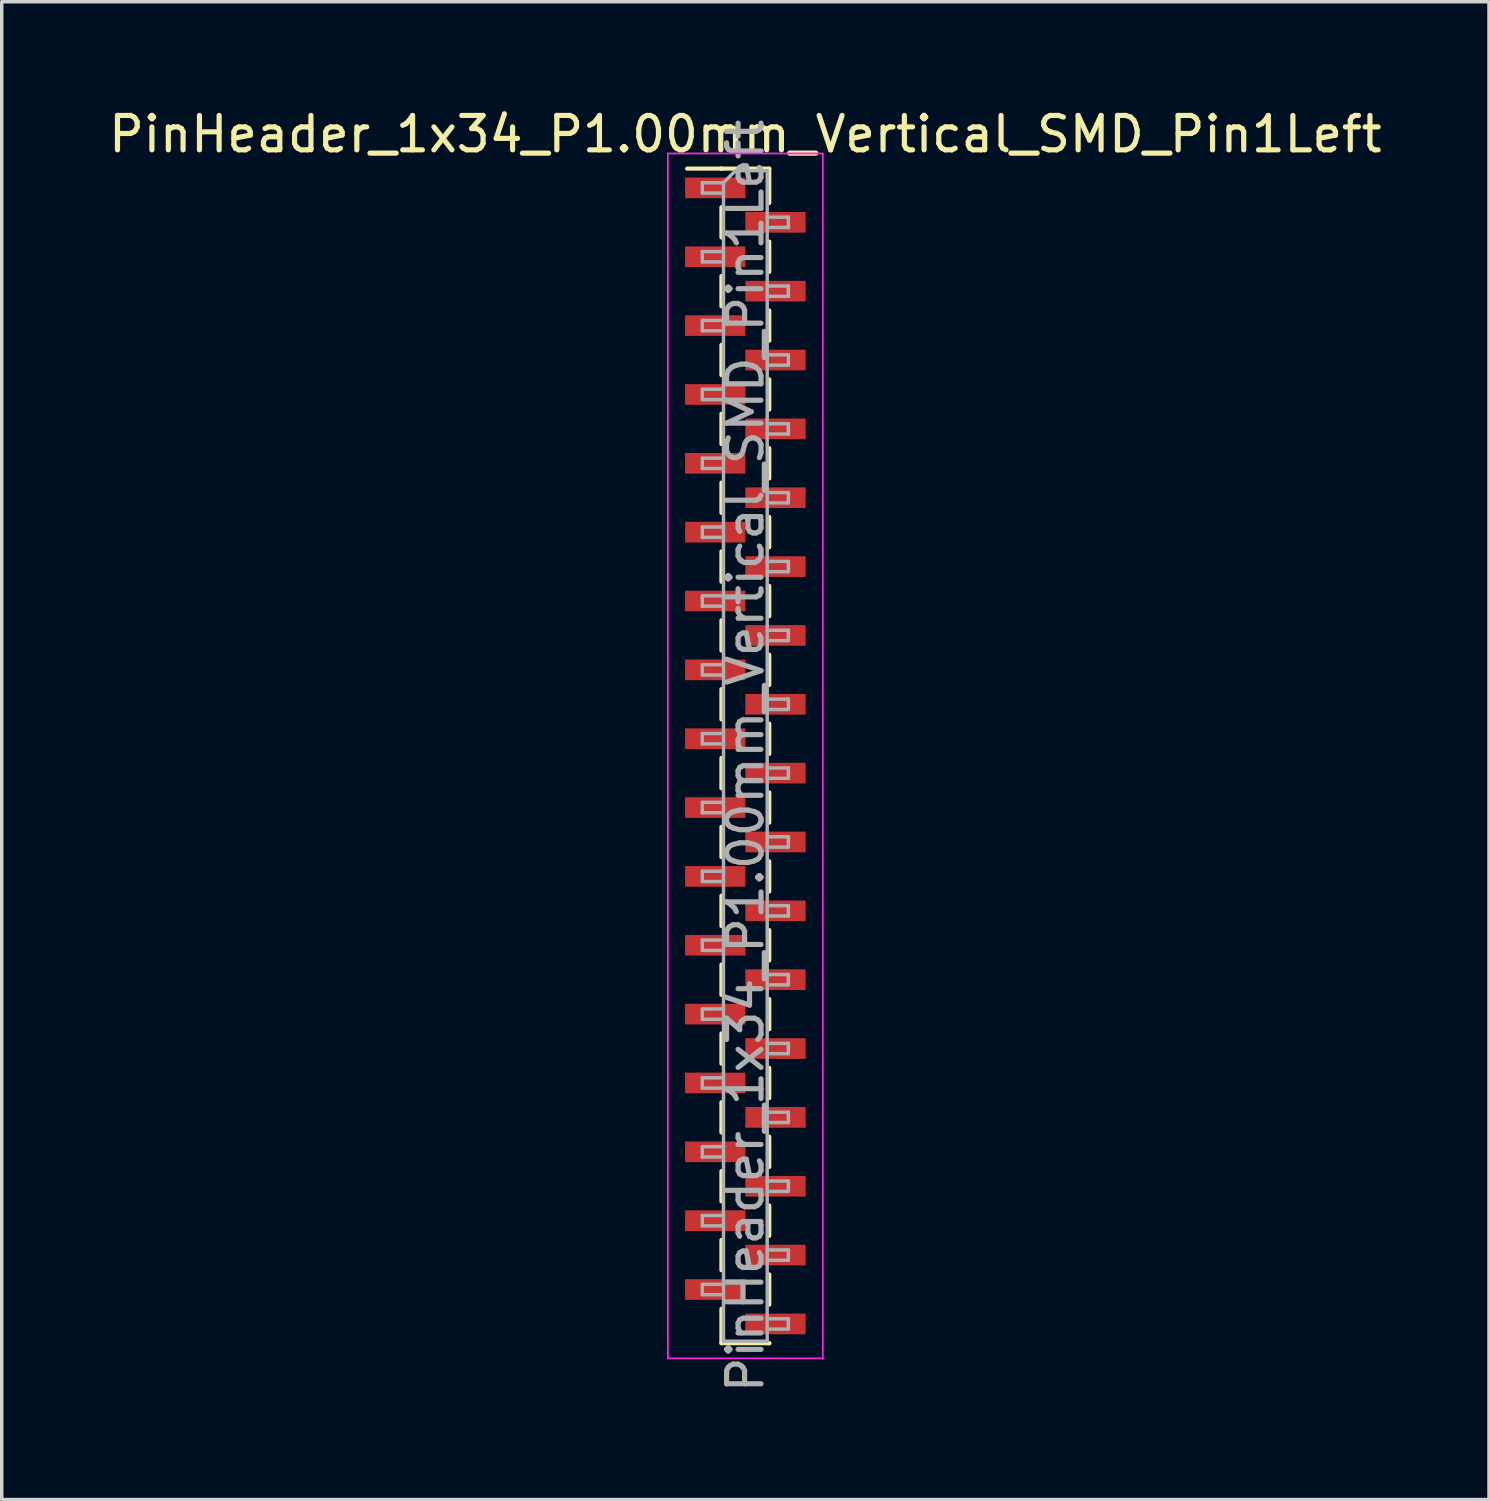
<source format=kicad_pcb>
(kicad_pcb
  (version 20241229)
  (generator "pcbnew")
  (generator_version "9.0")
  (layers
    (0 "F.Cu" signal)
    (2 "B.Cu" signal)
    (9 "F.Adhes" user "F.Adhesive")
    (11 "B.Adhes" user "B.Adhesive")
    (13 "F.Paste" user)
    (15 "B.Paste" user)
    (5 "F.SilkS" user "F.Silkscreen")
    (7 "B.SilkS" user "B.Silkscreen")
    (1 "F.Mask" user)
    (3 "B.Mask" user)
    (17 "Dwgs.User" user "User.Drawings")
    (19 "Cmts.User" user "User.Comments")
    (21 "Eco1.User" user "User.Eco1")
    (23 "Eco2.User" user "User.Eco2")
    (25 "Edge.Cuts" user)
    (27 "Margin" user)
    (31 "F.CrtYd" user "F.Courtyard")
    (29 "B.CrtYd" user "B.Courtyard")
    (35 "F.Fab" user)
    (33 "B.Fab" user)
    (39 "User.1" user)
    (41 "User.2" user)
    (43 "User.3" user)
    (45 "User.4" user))
  (footprint "PinHeader_1x34_P1.00mm_Vertical_SMD_Pin1Left"
    (layer "F.Cu")
    (at 18.601 18.908)
    (property "Reference" "PinHeader_1x34_P1.00mm_Vertical_SMD_Pin1Left" (at 0 -18.06 0) (layer "F.SilkS") (effects (font (size 1 1) (thickness 0.15))))
    (attr smd)
    (fp_line (start -0.695 -17.06) (end -1.69 -17.06) (stroke (width 0.12) (type solid)) (layer "F.SilkS"))
    (fp_line (start -0.695 -17.06) (end -0.695 -17.06) (stroke (width 0.12) (type solid)) (layer "F.SilkS"))
    (fp_line (start -0.695 -17.06) (end 0.695 -17.06) (stroke (width 0.12) (type solid)) (layer "F.SilkS"))
    (fp_line (start -0.695 -15.94) (end -0.695 -15.06) (stroke (width 0.12) (type solid)) (layer "F.SilkS"))
    (fp_line (start -0.695 -13.94) (end -0.695 -13.06) (stroke (width 0.12) (type solid)) (layer "F.SilkS"))
    (fp_line (start -0.695 -11.94) (end -0.695 -11.06) (stroke (width 0.12) (type solid)) (layer "F.SilkS"))
    (fp_line (start -0.695 -9.94) (end -0.695 -9.06) (stroke (width 0.12) (type solid)) (layer "F.SilkS"))
    (fp_line (start -0.695 -7.94) (end -0.695 -7.06) (stroke (width 0.12) (type solid)) (layer "F.SilkS"))
    (fp_line (start -0.695 -5.94) (end -0.695 -5.06) (stroke (width 0.12) (type solid)) (layer "F.SilkS"))
    (fp_line (start -0.695 -3.94) (end -0.695 -3.06) (stroke (width 0.12) (type solid)) (layer "F.SilkS"))
    (fp_line (start -0.695 -1.94) (end -0.695 -1.06) (stroke (width 0.12) (type solid)) (layer "F.SilkS"))
    (fp_line (start -0.695 0.06) (end -0.695 0.94) (stroke (width 0.12) (type solid)) (layer "F.SilkS"))
    (fp_line (start -0.695 2.06) (end -0.695 2.94) (stroke (width 0.12) (type solid)) (layer "F.SilkS"))
    (fp_line (start -0.695 4.06) (end -0.695 4.94) (stroke (width 0.12) (type solid)) (layer "F.SilkS"))
    (fp_line (start -0.695 6.06) (end -0.695 6.94) (stroke (width 0.12) (type solid)) (layer "F.SilkS"))
    (fp_line (start -0.695 8.06) (end -0.695 8.94) (stroke (width 0.12) (type solid)) (layer "F.SilkS"))
    (fp_line (start -0.695 10.06) (end -0.695 10.94) (stroke (width 0.12) (type solid)) (layer "F.SilkS"))
    (fp_line (start -0.695 12.06) (end -0.695 12.94) (stroke (width 0.12) (type solid)) (layer "F.SilkS"))
    (fp_line (start -0.695 14.06) (end -0.695 14.94) (stroke (width 0.12) (type solid)) (layer "F.SilkS"))
    (fp_line (start -0.695 16.06) (end -0.695 17.06) (stroke (width 0.12) (type solid)) (layer "F.SilkS"))
    (fp_line (start -0.695 17.06) (end 0.695 17.06) (stroke (width 0.12) (type solid)) (layer "F.SilkS"))
    (fp_line (start 0.695 -17.06) (end 0.695 -16.06) (stroke (width 0.12) (type solid)) (layer "F.SilkS"))
    (fp_line (start 0.695 -14.94) (end 0.695 -14.06) (stroke (width 0.12) (type solid)) (layer "F.SilkS"))
    (fp_line (start 0.695 -12.94) (end 0.695 -12.06) (stroke (width 0.12) (type solid)) (layer "F.SilkS"))
    (fp_line (start 0.695 -10.94) (end 0.695 -10.06) (stroke (width 0.12) (type solid)) (layer "F.SilkS"))
    (fp_line (start 0.695 -8.94) (end 0.695 -8.06) (stroke (width 0.12) (type solid)) (layer "F.SilkS"))
    (fp_line (start 0.695 -6.94) (end 0.695 -6.06) (stroke (width 0.12) (type solid)) (layer "F.SilkS"))
    (fp_line (start 0.695 -4.94) (end 0.695 -4.06) (stroke (width 0.12) (type solid)) (layer "F.SilkS"))
    (fp_line (start 0.695 -2.94) (end 0.695 -2.06) (stroke (width 0.12) (type solid)) (layer "F.SilkS"))
    (fp_line (start 0.695 -0.94) (end 0.695 -0.06) (stroke (width 0.12) (type solid)) (layer "F.SilkS"))
    (fp_line (start 0.695 1.06) (end 0.695 1.94) (stroke (width 0.12) (type solid)) (layer "F.SilkS"))
    (fp_line (start 0.695 3.06) (end 0.695 3.94) (stroke (width 0.12) (type solid)) (layer "F.SilkS"))
    (fp_line (start 0.695 5.06) (end 0.695 5.94) (stroke (width 0.12) (type solid)) (layer "F.SilkS"))
    (fp_line (start 0.695 7.06) (end 0.695 7.94) (stroke (width 0.12) (type solid)) (layer "F.SilkS"))
    (fp_line (start 0.695 9.06) (end 0.695 9.94) (stroke (width 0.12) (type solid)) (layer "F.SilkS"))
    (fp_line (start 0.695 11.06) (end 0.695 11.94) (stroke (width 0.12) (type solid)) (layer "F.SilkS"))
    (fp_line (start 0.695 13.06) (end 0.695 13.94) (stroke (width 0.12) (type solid)) (layer "F.SilkS"))
    (fp_line (start 0.695 15.06) (end 0.695 15.94) (stroke (width 0.12) (type solid)) (layer "F.SilkS"))
    (fp_line (start 0.695 17.06) (end 0.695 17.06) (stroke (width 0.12) (type solid)) (layer "F.SilkS"))
    (fp_line (start -2.25 -17.5) (end -2.25 17.5) (stroke (width 0.05) (type solid)) (layer "F.CrtYd"))
    (fp_line (start -2.25 17.5) (end 2.25 17.5) (stroke (width 0.05) (type solid)) (layer "F.CrtYd"))
    (fp_line (start 2.25 -17.5) (end -2.25 -17.5) (stroke (width 0.05) (type solid)) (layer "F.CrtYd"))
    (fp_line (start 2.25 17.5) (end 2.25 -17.5) (stroke (width 0.05) (type solid)) (layer "F.CrtYd"))
    (fp_line (start -1.25 -16.65) (end -1.25 -16.35) (stroke (width 0.1) (type solid)) (layer "F.Fab"))
    (fp_line (start -1.25 -16.35) (end -0.635 -16.35) (stroke (width 0.1) (type solid)) (layer "F.Fab"))
    (fp_line (start -1.25 -14.65) (end -1.25 -14.35) (stroke (width 0.1) (type solid)) (layer "F.Fab"))
    (fp_line (start -1.25 -14.35) (end -0.635 -14.35) (stroke (width 0.1) (type solid)) (layer "F.Fab"))
    (fp_line (start -1.25 -12.65) (end -1.25 -12.35) (stroke (width 0.1) (type solid)) (layer "F.Fab"))
    (fp_line (start -1.25 -12.35) (end -0.635 -12.35) (stroke (width 0.1) (type solid)) (layer "F.Fab"))
    (fp_line (start -1.25 -10.65) (end -1.25 -10.35) (stroke (width 0.1) (type solid)) (layer "F.Fab"))
    (fp_line (start -1.25 -10.35) (end -0.635 -10.35) (stroke (width 0.1) (type solid)) (layer "F.Fab"))
    (fp_line (start -1.25 -8.65) (end -1.25 -8.35) (stroke (width 0.1) (type solid)) (layer "F.Fab"))
    (fp_line (start -1.25 -8.35) (end -0.635 -8.35) (stroke (width 0.1) (type solid)) (layer "F.Fab"))
    (fp_line (start -1.25 -6.65) (end -1.25 -6.35) (stroke (width 0.1) (type solid)) (layer "F.Fab"))
    (fp_line (start -1.25 -6.35) (end -0.635 -6.35) (stroke (width 0.1) (type solid)) (layer "F.Fab"))
    (fp_line (start -1.25 -4.65) (end -1.25 -4.35) (stroke (width 0.1) (type solid)) (layer "F.Fab"))
    (fp_line (start -1.25 -4.35) (end -0.635 -4.35) (stroke (width 0.1) (type solid)) (layer "F.Fab"))
    (fp_line (start -1.25 -2.65) (end -1.25 -2.35) (stroke (width 0.1) (type solid)) (layer "F.Fab"))
    (fp_line (start -1.25 -2.35) (end -0.635 -2.35) (stroke (width 0.1) (type solid)) (layer "F.Fab"))
    (fp_line (start -1.25 -0.65) (end -1.25 -0.35) (stroke (width 0.1) (type solid)) (layer "F.Fab"))
    (fp_line (start -1.25 -0.35) (end -0.635 -0.35) (stroke (width 0.1) (type solid)) (layer "F.Fab"))
    (fp_line (start -1.25 1.35) (end -1.25 1.65) (stroke (width 0.1) (type solid)) (layer "F.Fab"))
    (fp_line (start -1.25 1.65) (end -0.635 1.65) (stroke (width 0.1) (type solid)) (layer "F.Fab"))
    (fp_line (start -1.25 3.35) (end -1.25 3.65) (stroke (width 0.1) (type solid)) (layer "F.Fab"))
    (fp_line (start -1.25 3.65) (end -0.635 3.65) (stroke (width 0.1) (type solid)) (layer "F.Fab"))
    (fp_line (start -1.25 5.35) (end -1.25 5.65) (stroke (width 0.1) (type solid)) (layer "F.Fab"))
    (fp_line (start -1.25 5.65) (end -0.635 5.65) (stroke (width 0.1) (type solid)) (layer "F.Fab"))
    (fp_line (start -1.25 7.35) (end -1.25 7.65) (stroke (width 0.1) (type solid)) (layer "F.Fab"))
    (fp_line (start -1.25 7.65) (end -0.635 7.65) (stroke (width 0.1) (type solid)) (layer "F.Fab"))
    (fp_line (start -1.25 9.35) (end -1.25 9.65) (stroke (width 0.1) (type solid)) (layer "F.Fab"))
    (fp_line (start -1.25 9.65) (end -0.635 9.65) (stroke (width 0.1) (type solid)) (layer "F.Fab"))
    (fp_line (start -1.25 11.35) (end -1.25 11.65) (stroke (width 0.1) (type solid)) (layer "F.Fab"))
    (fp_line (start -1.25 11.65) (end -0.635 11.65) (stroke (width 0.1) (type solid)) (layer "F.Fab"))
    (fp_line (start -1.25 13.35) (end -1.25 13.65) (stroke (width 0.1) (type solid)) (layer "F.Fab"))
    (fp_line (start -1.25 13.65) (end -0.635 13.65) (stroke (width 0.1) (type solid)) (layer "F.Fab"))
    (fp_line (start -1.25 15.35) (end -1.25 15.65) (stroke (width 0.1) (type solid)) (layer "F.Fab"))
    (fp_line (start -1.25 15.65) (end -0.635 15.65) (stroke (width 0.1) (type solid)) (layer "F.Fab"))
    (fp_line (start -0.635 -16.65) (end -1.25 -16.65) (stroke (width 0.1) (type solid)) (layer "F.Fab"))
    (fp_line (start -0.635 -16.65) (end -0.285 -17) (stroke (width 0.1) (type solid)) (layer "F.Fab"))
    (fp_line (start -0.635 -14.65) (end -1.25 -14.65) (stroke (width 0.1) (type solid)) (layer "F.Fab"))
    (fp_line (start -0.635 -12.65) (end -1.25 -12.65) (stroke (width 0.1) (type solid)) (layer "F.Fab"))
    (fp_line (start -0.635 -10.65) (end -1.25 -10.65) (stroke (width 0.1) (type solid)) (layer "F.Fab"))
    (fp_line (start -0.635 -8.65) (end -1.25 -8.65) (stroke (width 0.1) (type solid)) (layer "F.Fab"))
    (fp_line (start -0.635 -6.65) (end -1.25 -6.65) (stroke (width 0.1) (type solid)) (layer "F.Fab"))
    (fp_line (start -0.635 -4.65) (end -1.25 -4.65) (stroke (width 0.1) (type solid)) (layer "F.Fab"))
    (fp_line (start -0.635 -2.65) (end -1.25 -2.65) (stroke (width 0.1) (type solid)) (layer "F.Fab"))
    (fp_line (start -0.635 -0.65) (end -1.25 -0.65) (stroke (width 0.1) (type solid)) (layer "F.Fab"))
    (fp_line (start -0.635 1.35) (end -1.25 1.35) (stroke (width 0.1) (type solid)) (layer "F.Fab"))
    (fp_line (start -0.635 3.35) (end -1.25 3.35) (stroke (width 0.1) (type solid)) (layer "F.Fab"))
    (fp_line (start -0.635 5.35) (end -1.25 5.35) (stroke (width 0.1) (type solid)) (layer "F.Fab"))
    (fp_line (start -0.635 7.35) (end -1.25 7.35) (stroke (width 0.1) (type solid)) (layer "F.Fab"))
    (fp_line (start -0.635 9.35) (end -1.25 9.35) (stroke (width 0.1) (type solid)) (layer "F.Fab"))
    (fp_line (start -0.635 11.35) (end -1.25 11.35) (stroke (width 0.1) (type solid)) (layer "F.Fab"))
    (fp_line (start -0.635 13.35) (end -1.25 13.35) (stroke (width 0.1) (type solid)) (layer "F.Fab"))
    (fp_line (start -0.635 15.35) (end -1.25 15.35) (stroke (width 0.1) (type solid)) (layer "F.Fab"))
    (fp_line (start -0.635 17) (end -0.635 -16.65) (stroke (width 0.1) (type solid)) (layer "F.Fab"))
    (fp_line (start -0.285 -17) (end 0.635 -17) (stroke (width 0.1) (type solid)) (layer "F.Fab"))
    (fp_line (start 0.635 -17) (end 0.635 17) (stroke (width 0.1) (type solid)) (layer "F.Fab"))
    (fp_line (start 0.635 -15.65) (end 1.25 -15.65) (stroke (width 0.1) (type solid)) (layer "F.Fab"))
    (fp_line (start 0.635 -13.65) (end 1.25 -13.65) (stroke (width 0.1) (type solid)) (layer "F.Fab"))
    (fp_line (start 0.635 -11.65) (end 1.25 -11.65) (stroke (width 0.1) (type solid)) (layer "F.Fab"))
    (fp_line (start 0.635 -9.65) (end 1.25 -9.65) (stroke (width 0.1) (type solid)) (layer "F.Fab"))
    (fp_line (start 0.635 -7.65) (end 1.25 -7.65) (stroke (width 0.1) (type solid)) (layer "F.Fab"))
    (fp_line (start 0.635 -5.65) (end 1.25 -5.65) (stroke (width 0.1) (type solid)) (layer "F.Fab"))
    (fp_line (start 0.635 -3.65) (end 1.25 -3.65) (stroke (width 0.1) (type solid)) (layer "F.Fab"))
    (fp_line (start 0.635 -1.65) (end 1.25 -1.65) (stroke (width 0.1) (type solid)) (layer "F.Fab"))
    (fp_line (start 0.635 0.35) (end 1.25 0.35) (stroke (width 0.1) (type solid)) (layer "F.Fab"))
    (fp_line (start 0.635 2.35) (end 1.25 2.35) (stroke (width 0.1) (type solid)) (layer "F.Fab"))
    (fp_line (start 0.635 4.35) (end 1.25 4.35) (stroke (width 0.1) (type solid)) (layer "F.Fab"))
    (fp_line (start 0.635 6.35) (end 1.25 6.35) (stroke (width 0.1) (type solid)) (layer "F.Fab"))
    (fp_line (start 0.635 8.35) (end 1.25 8.35) (stroke (width 0.1) (type solid)) (layer "F.Fab"))
    (fp_line (start 0.635 10.35) (end 1.25 10.35) (stroke (width 0.1) (type solid)) (layer "F.Fab"))
    (fp_line (start 0.635 12.35) (end 1.25 12.35) (stroke (width 0.1) (type solid)) (layer "F.Fab"))
    (fp_line (start 0.635 14.35) (end 1.25 14.35) (stroke (width 0.1) (type solid)) (layer "F.Fab"))
    (fp_line (start 0.635 16.35) (end 1.25 16.35) (stroke (width 0.1) (type solid)) (layer "F.Fab"))
    (fp_line (start 0.635 17) (end -0.635 17) (stroke (width 0.1) (type solid)) (layer "F.Fab"))
    (fp_line (start 1.25 -15.65) (end 1.25 -15.35) (stroke (width 0.1) (type solid)) (layer "F.Fab"))
    (fp_line (start 1.25 -15.35) (end 0.635 -15.35) (stroke (width 0.1) (type solid)) (layer "F.Fab"))
    (fp_line (start 1.25 -13.65) (end 1.25 -13.35) (stroke (width 0.1) (type solid)) (layer "F.Fab"))
    (fp_line (start 1.25 -13.35) (end 0.635 -13.35) (stroke (width 0.1) (type solid)) (layer "F.Fab"))
    (fp_line (start 1.25 -11.65) (end 1.25 -11.35) (stroke (width 0.1) (type solid)) (layer "F.Fab"))
    (fp_line (start 1.25 -11.35) (end 0.635 -11.35) (stroke (width 0.1) (type solid)) (layer "F.Fab"))
    (fp_line (start 1.25 -9.65) (end 1.25 -9.35) (stroke (width 0.1) (type solid)) (layer "F.Fab"))
    (fp_line (start 1.25 -9.35) (end 0.635 -9.35) (stroke (width 0.1) (type solid)) (layer "F.Fab"))
    (fp_line (start 1.25 -7.65) (end 1.25 -7.35) (stroke (width 0.1) (type solid)) (layer "F.Fab"))
    (fp_line (start 1.25 -7.35) (end 0.635 -7.35) (stroke (width 0.1) (type solid)) (layer "F.Fab"))
    (fp_line (start 1.25 -5.65) (end 1.25 -5.35) (stroke (width 0.1) (type solid)) (layer "F.Fab"))
    (fp_line (start 1.25 -5.35) (end 0.635 -5.35) (stroke (width 0.1) (type solid)) (layer "F.Fab"))
    (fp_line (start 1.25 -3.65) (end 1.25 -3.35) (stroke (width 0.1) (type solid)) (layer "F.Fab"))
    (fp_line (start 1.25 -3.35) (end 0.635 -3.35) (stroke (width 0.1) (type solid)) (layer "F.Fab"))
    (fp_line (start 1.25 -1.65) (end 1.25 -1.35) (stroke (width 0.1) (type solid)) (layer "F.Fab"))
    (fp_line (start 1.25 -1.35) (end 0.635 -1.35) (stroke (width 0.1) (type solid)) (layer "F.Fab"))
    (fp_line (start 1.25 0.35) (end 1.25 0.65) (stroke (width 0.1) (type solid)) (layer "F.Fab"))
    (fp_line (start 1.25 0.65) (end 0.635 0.65) (stroke (width 0.1) (type solid)) (layer "F.Fab"))
    (fp_line (start 1.25 2.35) (end 1.25 2.65) (stroke (width 0.1) (type solid)) (layer "F.Fab"))
    (fp_line (start 1.25 2.65) (end 0.635 2.65) (stroke (width 0.1) (type solid)) (layer "F.Fab"))
    (fp_line (start 1.25 4.35) (end 1.25 4.65) (stroke (width 0.1) (type solid)) (layer "F.Fab"))
    (fp_line (start 1.25 4.65) (end 0.635 4.65) (stroke (width 0.1) (type solid)) (layer "F.Fab"))
    (fp_line (start 1.25 6.35) (end 1.25 6.65) (stroke (width 0.1) (type solid)) (layer "F.Fab"))
    (fp_line (start 1.25 6.65) (end 0.635 6.65) (stroke (width 0.1) (type solid)) (layer "F.Fab"))
    (fp_line (start 1.25 8.35) (end 1.25 8.65) (stroke (width 0.1) (type solid)) (layer "F.Fab"))
    (fp_line (start 1.25 8.65) (end 0.635 8.65) (stroke (width 0.1) (type solid)) (layer "F.Fab"))
    (fp_line (start 1.25 10.35) (end 1.25 10.65) (stroke (width 0.1) (type solid)) (layer "F.Fab"))
    (fp_line (start 1.25 10.65) (end 0.635 10.65) (stroke (width 0.1) (type solid)) (layer "F.Fab"))
    (fp_line (start 1.25 12.35) (end 1.25 12.65) (stroke (width 0.1) (type solid)) (layer "F.Fab"))
    (fp_line (start 1.25 12.65) (end 0.635 12.65) (stroke (width 0.1) (type solid)) (layer "F.Fab"))
    (fp_line (start 1.25 14.35) (end 1.25 14.65) (stroke (width 0.1) (type solid)) (layer "F.Fab"))
    (fp_line (start 1.25 14.65) (end 0.635 14.65) (stroke (width 0.1) (type solid)) (layer "F.Fab"))
    (fp_line (start 1.25 16.35) (end 1.25 16.65) (stroke (width 0.1) (type solid)) (layer "F.Fab"))
    (fp_line (start 1.25 16.65) (end 0.635 16.65) (stroke (width 0.1) (type solid)) (layer "F.Fab"))
    (fp_text user "${REFERENCE}" (at 0 0 90) (layer "F.Fab") (effects (font (size 1 1) (thickness 0.15))))
    (pad "1" smd rect (at -0.875 -16.5) (size 1.75 0.6) (layers "F.Cu" "F.Mask" "F.Paste"))
    (pad "2" smd rect (at 0.875 -15.5) (size 1.75 0.6) (layers "F.Cu" "F.Mask" "F.Paste"))
    (pad "3" smd rect (at -0.875 -14.5) (size 1.75 0.6) (layers "F.Cu" "F.Mask" "F.Paste"))
    (pad "4" smd rect (at 0.875 -13.5) (size 1.75 0.6) (layers "F.Cu" "F.Mask" "F.Paste"))
    (pad "5" smd rect (at -0.875 -12.5) (size 1.75 0.6) (layers "F.Cu" "F.Mask" "F.Paste"))
    (pad "6" smd rect (at 0.875 -11.5) (size 1.75 0.6) (layers "F.Cu" "F.Mask" "F.Paste"))
    (pad "7" smd rect (at -0.875 -10.5) (size 1.75 0.6) (layers "F.Cu" "F.Mask" "F.Paste"))
    (pad "8" smd rect (at 0.875 -9.5) (size 1.75 0.6) (layers "F.Cu" "F.Mask" "F.Paste"))
    (pad "9" smd rect (at -0.875 -8.5) (size 1.75 0.6) (layers "F.Cu" "F.Mask" "F.Paste"))
    (pad "10" smd rect (at 0.875 -7.5) (size 1.75 0.6) (layers "F.Cu" "F.Mask" "F.Paste"))
    (pad "11" smd rect (at -0.875 -6.5) (size 1.75 0.6) (layers "F.Cu" "F.Mask" "F.Paste"))
    (pad "12" smd rect (at 0.875 -5.5) (size 1.75 0.6) (layers "F.Cu" "F.Mask" "F.Paste"))
    (pad "13" smd rect (at -0.875 -4.5) (size 1.75 0.6) (layers "F.Cu" "F.Mask" "F.Paste"))
    (pad "14" smd rect (at 0.875 -3.5) (size 1.75 0.6) (layers "F.Cu" "F.Mask" "F.Paste"))
    (pad "15" smd rect (at -0.875 -2.5) (size 1.75 0.6) (layers "F.Cu" "F.Mask" "F.Paste"))
    (pad "16" smd rect (at 0.875 -1.5) (size 1.75 0.6) (layers "F.Cu" "F.Mask" "F.Paste"))
    (pad "17" smd rect (at -0.875 -0.5) (size 1.75 0.6) (layers "F.Cu" "F.Mask" "F.Paste"))
    (pad "18" smd rect (at 0.875 0.5) (size 1.75 0.6) (layers "F.Cu" "F.Mask" "F.Paste"))
    (pad "19" smd rect (at -0.875 1.5) (size 1.75 0.6) (layers "F.Cu" "F.Mask" "F.Paste"))
    (pad "20" smd rect (at 0.875 2.5) (size 1.75 0.6) (layers "F.Cu" "F.Mask" "F.Paste"))
    (pad "21" smd rect (at -0.875 3.5) (size 1.75 0.6) (layers "F.Cu" "F.Mask" "F.Paste"))
    (pad "22" smd rect (at 0.875 4.5) (size 1.75 0.6) (layers "F.Cu" "F.Mask" "F.Paste"))
    (pad "23" smd rect (at -0.875 5.5) (size 1.75 0.6) (layers "F.Cu" "F.Mask" "F.Paste"))
    (pad "24" smd rect (at 0.875 6.5) (size 1.75 0.6) (layers "F.Cu" "F.Mask" "F.Paste"))
    (pad "25" smd rect (at -0.875 7.5) (size 1.75 0.6) (layers "F.Cu" "F.Mask" "F.Paste"))
    (pad "26" smd rect (at 0.875 8.5) (size 1.75 0.6) (layers "F.Cu" "F.Mask" "F.Paste"))
    (pad "27" smd rect (at -0.875 9.5) (size 1.75 0.6) (layers "F.Cu" "F.Mask" "F.Paste"))
    (pad "28" smd rect (at 0.875 10.5) (size 1.75 0.6) (layers "F.Cu" "F.Mask" "F.Paste"))
    (pad "29" smd rect (at -0.875 11.5) (size 1.75 0.6) (layers "F.Cu" "F.Mask" "F.Paste"))
    (pad "30" smd rect (at 0.875 12.5) (size 1.75 0.6) (layers "F.Cu" "F.Mask" "F.Paste"))
    (pad "31" smd rect (at -0.875 13.5) (size 1.75 0.6) (layers "F.Cu" "F.Mask" "F.Paste"))
    (pad "32" smd rect (at 0.875 14.5) (size 1.75 0.6) (layers "F.Cu" "F.Mask" "F.Paste"))
    (pad "33" smd rect (at -0.875 15.5) (size 1.75 0.6) (layers "F.Cu" "F.Mask" "F.Paste"))
    (pad "34" smd rect (at 0.875 16.5) (size 1.75 0.6) (layers "F.Cu" "F.Mask" "F.Paste")))
  (gr_rect
    (start -3 -3)
    (end 40.202 40.509)
    (stroke (width 0.1) (type default))
    (fill no)
    (layer "Edge.Cuts")))
</source>
